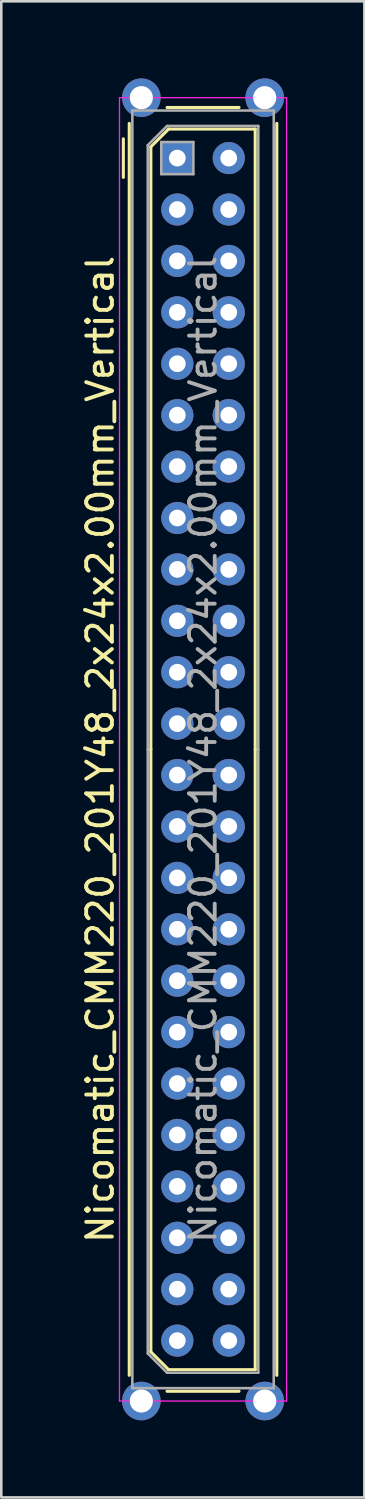
<source format=kicad_pcb>
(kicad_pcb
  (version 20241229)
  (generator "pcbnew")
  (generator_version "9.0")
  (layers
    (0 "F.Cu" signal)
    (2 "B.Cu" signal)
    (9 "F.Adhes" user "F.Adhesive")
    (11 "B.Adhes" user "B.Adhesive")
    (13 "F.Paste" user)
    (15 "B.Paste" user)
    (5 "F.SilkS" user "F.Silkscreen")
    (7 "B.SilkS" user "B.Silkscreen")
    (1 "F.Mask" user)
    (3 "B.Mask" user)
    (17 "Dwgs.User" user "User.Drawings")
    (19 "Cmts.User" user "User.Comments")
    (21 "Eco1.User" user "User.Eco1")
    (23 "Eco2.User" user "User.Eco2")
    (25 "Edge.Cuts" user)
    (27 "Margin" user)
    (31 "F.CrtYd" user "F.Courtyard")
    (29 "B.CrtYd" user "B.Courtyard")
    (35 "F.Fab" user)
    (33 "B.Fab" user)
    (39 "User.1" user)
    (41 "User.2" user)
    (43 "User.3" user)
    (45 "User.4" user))
  (footprint "Nicomatic_CMM220_201Y48_2x24x2.00mm_Vertical"
    (layer "F.Cu")
    (at 3.848 3.1)
    (property "Reference" "Nicomatic_CMM220_201Y48_2x24x2.00mm_Vertical" (at -3 23 90) (layer "F.SilkS") (effects (font (size 1 1) (thickness 0.15))))
    (attr through_hole)
    (fp_line (start -2.1 -0.75) (end -2.1 0.75) (stroke (width 0.12) (type solid)) (layer "F.SilkS"))
    (fp_line (start -1.87 47.35) (end -1.87 -1.35) (stroke (width 0.12) (type solid)) (layer "F.SilkS"))
    (fp_line (start -1.03 -0.44) (end -0.34 -1.13) (stroke (width 0.12) (type solid)) (layer "F.SilkS"))
    (fp_line (start -1.03 23) (end -1.03 -0.44) (stroke (width 0.12) (type solid)) (layer "F.SilkS"))
    (fp_line (start -1.03 23) (end -1.03 46.44) (stroke (width 0.12) (type solid)) (layer "F.SilkS"))
    (fp_line (start -1.03 46.44) (end -0.34 47.13) (stroke (width 0.12) (type solid)) (layer "F.SilkS"))
    (fp_line (start -0.4 -1.97) (end 2.4 -1.97) (stroke (width 0.12) (type solid)) (layer "F.SilkS"))
    (fp_line (start -0.4 47.97) (end 2.4 47.97) (stroke (width 0.12) (type solid)) (layer "F.SilkS"))
    (fp_line (start -0.34 -1.13) (end 3.03 -1.13) (stroke (width 0.12) (type solid)) (layer "F.SilkS"))
    (fp_line (start -0.34 47.13) (end 3.03 47.13) (stroke (width 0.12) (type solid)) (layer "F.SilkS"))
    (fp_line (start 3.03 -1.13) (end 3.03 23) (stroke (width 0.12) (type solid)) (layer "F.SilkS"))
    (fp_line (start 3.03 47.13) (end 3.03 23) (stroke (width 0.12) (type solid)) (layer "F.SilkS"))
    (fp_line (start 3.87 47.35) (end 3.87 -1.35) (stroke (width 0.12) (type solid)) (layer "F.SilkS"))
    (fp_line (start -2.25 -2.35) (end -2.25 48.35) (stroke (width 0.05) (type solid)) (layer "F.CrtYd"))
    (fp_line (start -2.25 48.35) (end 4.25 48.35) (stroke (width 0.05) (type solid)) (layer "F.CrtYd"))
    (fp_line (start 4.25 -2.35) (end -2.25 -2.35) (stroke (width 0.05) (type solid)) (layer "F.CrtYd"))
    (fp_line (start 4.25 48.35) (end 4.25 -2.35) (stroke (width 0.05) (type solid)) (layer "F.CrtYd"))
    (fp_line (start -1.75 -1.85) (end -1.75 47.85) (stroke (width 0.1) (type solid)) (layer "F.Fab"))
    (fp_line (start -1.75 47.85) (end 3.75 47.85) (stroke (width 0.1) (type solid)) (layer "F.Fab"))
    (fp_line (start -1.15 -0.5) (end -0.4 -1.25) (stroke (width 0.1) (type solid)) (layer "F.Fab"))
    (fp_line (start -1.15 23) (end -1.15 -0.5) (stroke (width 0.1) (type solid)) (layer "F.Fab"))
    (fp_line (start -1.15 23) (end -1.15 46.5) (stroke (width 0.1) (type solid)) (layer "F.Fab"))
    (fp_line (start -1.15 46.5) (end -0.4 47.25) (stroke (width 0.1) (type solid)) (layer "F.Fab"))
    (fp_line (start -0.625 -0.625) (end -0.625 0.625) (stroke (width 0.1) (type solid)) (layer "F.Fab"))
    (fp_line (start -0.625 0.625) (end 0.625 0.625) (stroke (width 0.1) (type solid)) (layer "F.Fab"))
    (fp_line (start -0.4 -1.25) (end 3.15 -1.25) (stroke (width 0.1) (type solid)) (layer "F.Fab"))
    (fp_line (start -0.4 47.25) (end 3.15 47.25) (stroke (width 0.1) (type solid)) (layer "F.Fab"))
    (fp_line (start 0.625 -0.625) (end -0.625 -0.625) (stroke (width 0.1) (type solid)) (layer "F.Fab"))
    (fp_line (start 0.625 0.625) (end 0.625 -0.625) (stroke (width 0.1) (type solid)) (layer "F.Fab"))
    (fp_line (start 3.15 -1.25) (end 3.15 23) (stroke (width 0.1) (type solid)) (layer "F.Fab"))
    (fp_line (start 3.15 47.25) (end 3.15 23) (stroke (width 0.1) (type solid)) (layer "F.Fab"))
    (fp_line (start 3.75 -1.85) (end -1.75 -1.85) (stroke (width 0.1) (type solid)) (layer "F.Fab"))
    (fp_line (start 3.75 47.85) (end 3.75 -1.85) (stroke (width 0.1) (type solid)) (layer "F.Fab"))
    (fp_text user "${REFERENCE}" (at 1 23 90) (layer "F.Fab") (effects (font (size 1 1) (thickness 0.15))))
    (pad "" thru_hole circle (at -1.4 -2.35) (size 1.5 1.5) (drill 0.9) (layers "*.Cu" "*.Mask"))
    (pad "" thru_hole circle (at -1.4 48.35) (size 1.5 1.5) (drill 0.9) (layers "*.Cu" "*.Mask"))
    (pad "" thru_hole circle (at 3.4 -2.35) (size 1.5 1.5) (drill 0.9) (layers "*.Cu" "*.Mask"))
    (pad "" thru_hole circle (at 3.4 48.35) (size 1.5 1.5) (drill 0.9) (layers "*.Cu" "*.Mask"))
    (pad "1" thru_hole rect (at 0 0) (size 1.25 1.25) (drill 0.65) (layers "*.Cu" "*.Mask"))
    (pad "2" thru_hole oval (at 0 2) (size 1.25 1.25) (drill 0.65) (layers "*.Cu" "*.Mask"))
    (pad "3" thru_hole oval (at 0 4) (size 1.25 1.25) (drill 0.65) (layers "*.Cu" "*.Mask"))
    (pad "4" thru_hole oval (at 0 6) (size 1.25 1.25) (drill 0.65) (layers "*.Cu" "*.Mask"))
    (pad "5" thru_hole oval (at 0 8) (size 1.25 1.25) (drill 0.65) (layers "*.Cu" "*.Mask"))
    (pad "6" thru_hole oval (at 0 10) (size 1.25 1.25) (drill 0.65) (layers "*.Cu" "*.Mask"))
    (pad "7" thru_hole oval (at 0 12) (size 1.25 1.25) (drill 0.65) (layers "*.Cu" "*.Mask"))
    (pad "8" thru_hole oval (at 0 14) (size 1.25 1.25) (drill 0.65) (layers "*.Cu" "*.Mask"))
    (pad "9" thru_hole oval (at 0 16) (size 1.25 1.25) (drill 0.65) (layers "*.Cu" "*.Mask"))
    (pad "10" thru_hole oval (at 0 18) (size 1.25 1.25) (drill 0.65) (layers "*.Cu" "*.Mask"))
    (pad "11" thru_hole oval (at 0 20) (size 1.25 1.25) (drill 0.65) (layers "*.Cu" "*.Mask"))
    (pad "12" thru_hole oval (at 0 22) (size 1.25 1.25) (drill 0.65) (layers "*.Cu" "*.Mask"))
    (pad "13" thru_hole oval (at 0 24) (size 1.25 1.25) (drill 0.65) (layers "*.Cu" "*.Mask"))
    (pad "14" thru_hole oval (at 0 26) (size 1.25 1.25) (drill 0.65) (layers "*.Cu" "*.Mask"))
    (pad "15" thru_hole oval (at 0 28) (size 1.25 1.25) (drill 0.65) (layers "*.Cu" "*.Mask"))
    (pad "16" thru_hole oval (at 0 30) (size 1.25 1.25) (drill 0.65) (layers "*.Cu" "*.Mask"))
    (pad "17" thru_hole oval (at 0 32) (size 1.25 1.25) (drill 0.65) (layers "*.Cu" "*.Mask"))
    (pad "18" thru_hole oval (at 0 34) (size 1.25 1.25) (drill 0.65) (layers "*.Cu" "*.Mask"))
    (pad "19" thru_hole oval (at 0 36) (size 1.25 1.25) (drill 0.65) (layers "*.Cu" "*.Mask"))
    (pad "20" thru_hole oval (at 0 38) (size 1.25 1.25) (drill 0.65) (layers "*.Cu" "*.Mask"))
    (pad "21" thru_hole oval (at 0 40) (size 1.25 1.25) (drill 0.65) (layers "*.Cu" "*.Mask"))
    (pad "22" thru_hole oval (at 0 42) (size 1.25 1.25) (drill 0.65) (layers "*.Cu" "*.Mask"))
    (pad "23" thru_hole oval (at 0 44) (size 1.25 1.25) (drill 0.65) (layers "*.Cu" "*.Mask"))
    (pad "24" thru_hole oval (at 0 46) (size 1.25 1.25) (drill 0.65) (layers "*.Cu" "*.Mask"))
    (pad "25" thru_hole oval (at 2 0) (size 1.25 1.25) (drill 0.65) (layers "*.Cu" "*.Mask"))
    (pad "26" thru_hole oval (at 2 2) (size 1.25 1.25) (drill 0.65) (layers "*.Cu" "*.Mask"))
    (pad "27" thru_hole oval (at 2 4) (size 1.25 1.25) (drill 0.65) (layers "*.Cu" "*.Mask"))
    (pad "28" thru_hole oval (at 2 6) (size 1.25 1.25) (drill 0.65) (layers "*.Cu" "*.Mask"))
    (pad "29" thru_hole oval (at 2 8) (size 1.25 1.25) (drill 0.65) (layers "*.Cu" "*.Mask"))
    (pad "30" thru_hole oval (at 2 10) (size 1.25 1.25) (drill 0.65) (layers "*.Cu" "*.Mask"))
    (pad "31" thru_hole oval (at 2 12) (size 1.25 1.25) (drill 0.65) (layers "*.Cu" "*.Mask"))
    (pad "32" thru_hole oval (at 2 14) (size 1.25 1.25) (drill 0.65) (layers "*.Cu" "*.Mask"))
    (pad "33" thru_hole oval (at 2 16) (size 1.25 1.25) (drill 0.65) (layers "*.Cu" "*.Mask"))
    (pad "34" thru_hole oval (at 2 18) (size 1.25 1.25) (drill 0.65) (layers "*.Cu" "*.Mask"))
    (pad "35" thru_hole oval (at 2 20) (size 1.25 1.25) (drill 0.65) (layers "*.Cu" "*.Mask"))
    (pad "36" thru_hole oval (at 2 22) (size 1.25 1.25) (drill 0.65) (layers "*.Cu" "*.Mask"))
    (pad "37" thru_hole oval (at 2 24) (size 1.25 1.25) (drill 0.65) (layers "*.Cu" "*.Mask"))
    (pad "38" thru_hole oval (at 2 26) (size 1.25 1.25) (drill 0.65) (layers "*.Cu" "*.Mask"))
    (pad "39" thru_hole oval (at 2 28) (size 1.25 1.25) (drill 0.65) (layers "*.Cu" "*.Mask"))
    (pad "40" thru_hole oval (at 2 30) (size 1.25 1.25) (drill 0.65) (layers "*.Cu" "*.Mask"))
    (pad "41" thru_hole oval (at 2 32) (size 1.25 1.25) (drill 0.65) (layers "*.Cu" "*.Mask"))
    (pad "42" thru_hole oval (at 2 34) (size 1.25 1.25) (drill 0.65) (layers "*.Cu" "*.Mask"))
    (pad "43" thru_hole oval (at 2 36) (size 1.25 1.25) (drill 0.65) (layers "*.Cu" "*.Mask"))
    (pad "44" thru_hole oval (at 2 38) (size 1.25 1.25) (drill 0.65) (layers "*.Cu" "*.Mask"))
    (pad "45" thru_hole oval (at 2 40) (size 1.25 1.25) (drill 0.65) (layers "*.Cu" "*.Mask"))
    (pad "46" thru_hole oval (at 2 42) (size 1.25 1.25) (drill 0.65) (layers "*.Cu" "*.Mask"))
    (pad "47" thru_hole oval (at 2 44) (size 1.25 1.25) (drill 0.65) (layers "*.Cu" "*.Mask"))
    (pad "48" thru_hole oval (at 2 46) (size 1.25 1.25) (drill 0.65) (layers "*.Cu" "*.Mask")))
  (gr_rect
    (start -3 -3)
    (end 11.123 55.2)
    (stroke (width 0.1) (type default))
    (fill no)
    (layer "Edge.Cuts")))
</source>
